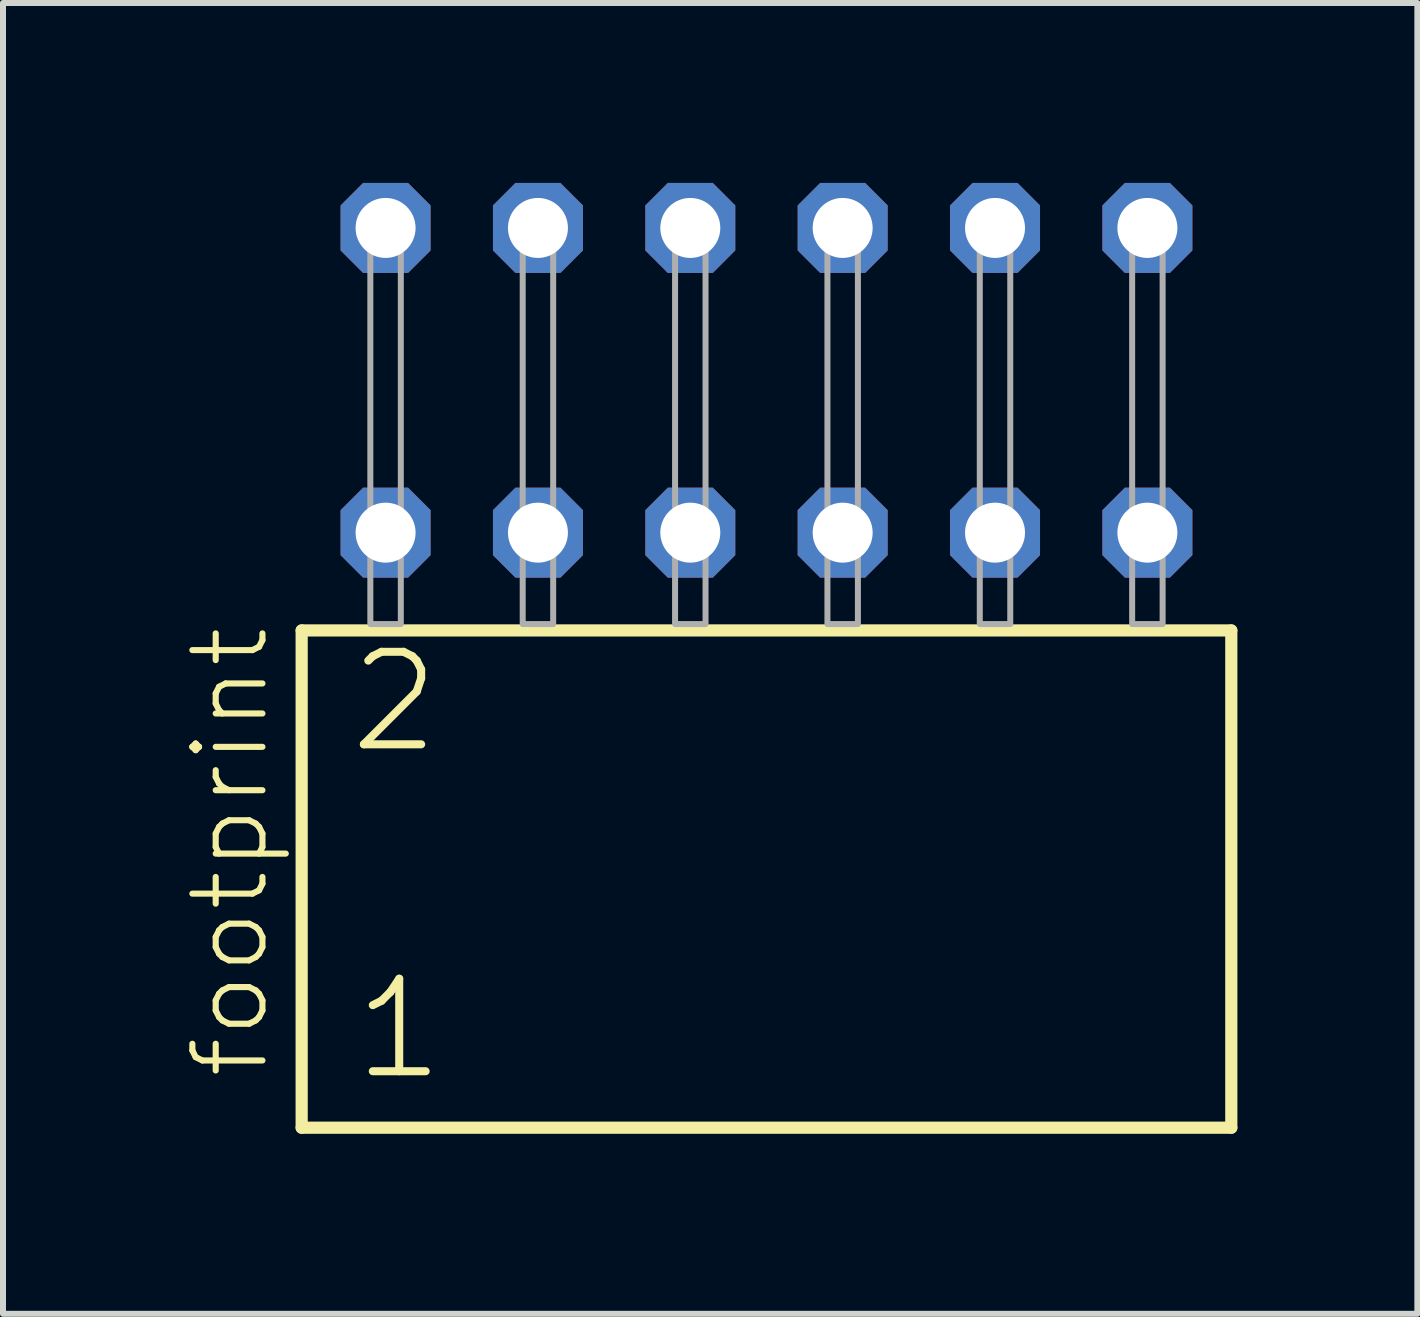
<source format=kicad_pcb>
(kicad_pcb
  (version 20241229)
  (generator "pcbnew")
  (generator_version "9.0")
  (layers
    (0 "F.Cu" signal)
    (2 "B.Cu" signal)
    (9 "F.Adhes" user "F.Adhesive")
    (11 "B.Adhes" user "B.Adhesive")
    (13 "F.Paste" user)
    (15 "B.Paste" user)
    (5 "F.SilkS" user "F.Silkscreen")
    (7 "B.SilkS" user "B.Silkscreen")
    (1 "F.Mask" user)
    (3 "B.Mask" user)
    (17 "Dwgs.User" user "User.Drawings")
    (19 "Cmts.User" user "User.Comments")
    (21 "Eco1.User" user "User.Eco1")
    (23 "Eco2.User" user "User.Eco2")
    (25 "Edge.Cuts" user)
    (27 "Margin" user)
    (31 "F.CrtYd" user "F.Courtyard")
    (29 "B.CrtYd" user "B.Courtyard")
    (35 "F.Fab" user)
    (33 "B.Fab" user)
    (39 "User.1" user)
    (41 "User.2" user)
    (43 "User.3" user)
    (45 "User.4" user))
  (footprint "footprint"
    (layer "F.Cu")
    (at 9.728 7.354)
    (property "Reference" "footprint" (at -8.255 7.62 90) (layer "F.SilkS") (effects (font (size 1.168 1.168) (thickness 0.102)) (justify left bottom)))
    (fp_line (start -7.749 0.106) (end -7.749 8.396) (stroke (width 0.203) (type solid)) (layer "F.SilkS"))
    (fp_line (start -7.749 8.396) (end 7.749 8.396) (stroke (width 0.203) (type solid)) (layer "F.SilkS"))
    (fp_line (start 7.749 0.106) (end -7.749 0.106) (stroke (width 0.203) (type solid)) (layer "F.SilkS"))
    (fp_line (start 7.749 8.396) (end 7.749 0.106) (stroke (width 0.203) (type solid)) (layer "F.SilkS"))
    (fp_poly (pts (xy -6.604 0) (xy -6.096 0) (xy -6.096 -6.858) (xy -6.604 -6.858)) (stroke (width 0.1) (type solid)) (fill no) (layer "F.Fab"))
    (fp_poly (pts (xy -4.064 0) (xy -3.556 0) (xy -3.556 -6.858) (xy -4.064 -6.858)) (stroke (width 0.1) (type solid)) (fill no) (layer "F.Fab"))
    (fp_poly (pts (xy -1.524 0) (xy -1.016 0) (xy -1.016 -6.858) (xy -1.524 -6.858)) (stroke (width 0.1) (type solid)) (fill no) (layer "F.Fab"))
    (fp_poly (pts (xy 1.016 0) (xy 1.524 0) (xy 1.524 -6.858) (xy 1.016 -6.858)) (stroke (width 0.1) (type solid)) (fill no) (layer "F.Fab"))
    (fp_poly (pts (xy 3.556 0) (xy 4.064 0) (xy 4.064 -6.858) (xy 3.556 -6.858)) (stroke (width 0.1) (type solid)) (fill no) (layer "F.Fab"))
    (fp_poly (pts (xy 6.096 0) (xy 6.604 0) (xy 6.604 -6.858) (xy 6.096 -6.858)) (stroke (width 0.1) (type solid)) (fill no) (layer "F.Fab"))
    (fp_text user "1" (at -6.945 7.65 0) (layer "F.SilkS") (effects (font (size 1.542 1.542) (thickness 0.134)) (justify left bottom)))
    (fp_text user "2" (at -7.02 2.2 0) (layer "F.SilkS") (effects (font (size 1.542 1.542) (thickness 0.134)) (justify left bottom)))
    (pad "1" thru_hole roundrect (at -6.35 -1.524) (size 1.5 1.5) (drill 1) (layers "*.Cu" "*.Mask") (roundrect_rratio 0.25) (chamfer_ratio 0.25) (chamfer top_left top_right bottom_left bottom_right))
    (pad "2" thru_hole roundrect (at -6.35 -6.604) (size 1.5 1.5) (drill 1) (layers "*.Cu" "*.Mask") (roundrect_rratio 0.25) (chamfer_ratio 0.25) (chamfer top_left top_right bottom_left bottom_right))
    (pad "3" thru_hole roundrect (at -3.81 -1.524) (size 1.5 1.5) (drill 1) (layers "*.Cu" "*.Mask") (roundrect_rratio 0.25) (chamfer_ratio 0.25) (chamfer top_left top_right bottom_left bottom_right))
    (pad "4" thru_hole roundrect (at -3.81 -6.604) (size 1.5 1.5) (drill 1) (layers "*.Cu" "*.Mask") (roundrect_rratio 0.25) (chamfer_ratio 0.25) (chamfer top_left top_right bottom_left bottom_right))
    (pad "5" thru_hole roundrect (at -1.27 -1.524) (size 1.5 1.5) (drill 1) (layers "*.Cu" "*.Mask") (roundrect_rratio 0.25) (chamfer_ratio 0.25) (chamfer top_left top_right bottom_left bottom_right))
    (pad "6" thru_hole roundrect (at -1.27 -6.604) (size 1.5 1.5) (drill 1) (layers "*.Cu" "*.Mask") (roundrect_rratio 0.25) (chamfer_ratio 0.25) (chamfer top_left top_right bottom_left bottom_right))
    (pad "7" thru_hole roundrect (at 1.27 -1.524) (size 1.5 1.5) (drill 1) (layers "*.Cu" "*.Mask") (roundrect_rratio 0.25) (chamfer_ratio 0.25) (chamfer top_left top_right bottom_left bottom_right))
    (pad "8" thru_hole roundrect (at 1.27 -6.604) (size 1.5 1.5) (drill 1) (layers "*.Cu" "*.Mask") (roundrect_rratio 0.25) (chamfer_ratio 0.25) (chamfer top_left top_right bottom_left bottom_right))
    (pad "9" thru_hole roundrect (at 3.81 -1.524) (size 1.5 1.5) (drill 1) (layers "*.Cu" "*.Mask") (roundrect_rratio 0.25) (chamfer_ratio 0.25) (chamfer top_left top_right bottom_left bottom_right))
    (pad "10" thru_hole roundrect (at 3.81 -6.604) (size 1.5 1.5) (drill 1) (layers "*.Cu" "*.Mask") (roundrect_rratio 0.25) (chamfer_ratio 0.25) (chamfer top_left top_right bottom_left bottom_right))
    (pad "11" thru_hole roundrect (at 6.35 -1.524) (size 1.5 1.5) (drill 1) (layers "*.Cu" "*.Mask") (roundrect_rratio 0.25) (chamfer_ratio 0.25) (chamfer top_left top_right bottom_left bottom_right))
    (pad "12" thru_hole roundrect (at 6.35 -6.604) (size 1.5 1.5) (drill 1) (layers "*.Cu" "*.Mask") (roundrect_rratio 0.25) (chamfer_ratio 0.25) (chamfer top_left top_right bottom_left bottom_right)))
  (gr_rect
    (start -3 -3)
    (end 20.579 18.852)
    (stroke (width 0.1) (type default))
    (fill no)
    (layer "Edge.Cuts")))
</source>
